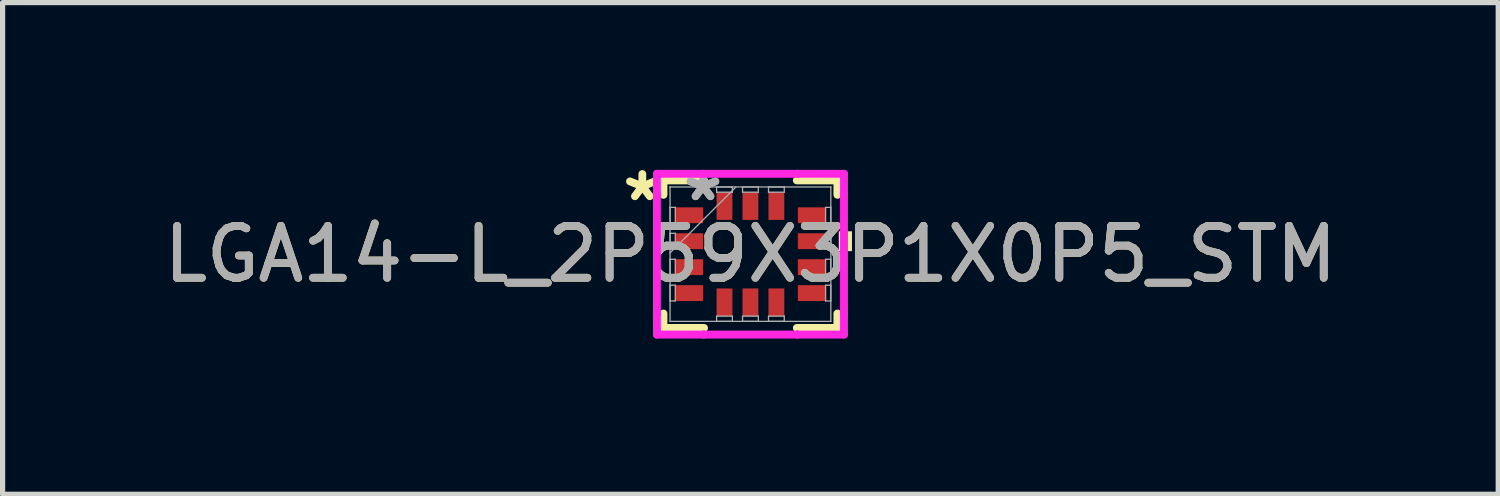
<source format=kicad_pcb>
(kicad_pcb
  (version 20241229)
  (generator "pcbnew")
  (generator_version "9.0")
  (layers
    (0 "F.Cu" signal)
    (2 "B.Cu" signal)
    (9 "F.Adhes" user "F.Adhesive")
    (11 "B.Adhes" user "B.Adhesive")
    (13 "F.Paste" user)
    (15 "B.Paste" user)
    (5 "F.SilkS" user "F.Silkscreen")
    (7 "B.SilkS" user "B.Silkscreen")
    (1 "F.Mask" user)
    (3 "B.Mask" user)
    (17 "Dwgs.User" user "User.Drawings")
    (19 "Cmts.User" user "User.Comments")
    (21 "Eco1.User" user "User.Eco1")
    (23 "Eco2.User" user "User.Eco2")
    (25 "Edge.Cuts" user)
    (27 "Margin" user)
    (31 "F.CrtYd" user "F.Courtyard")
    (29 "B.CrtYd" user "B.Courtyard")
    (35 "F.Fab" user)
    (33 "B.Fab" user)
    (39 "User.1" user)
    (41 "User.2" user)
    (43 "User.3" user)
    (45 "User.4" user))
  (footprint "LGA14-L_2P59X3P1X0P5_STM"
    (layer "F.Cu")
    (at 11.411 1.848)
    (property "Reference" "LGA14-L_2P59X3P1X0P5_STM" (at 0 0 0) (unlocked yes) (layer "F.SilkS") (effects (font (size 1 1) (thickness 0.15))))
    (attr smd)
    (fp_line (start -1.676 -1.422) (end -1.676 -1.144) (stroke (width 0.152) (type solid)) (layer "F.SilkS"))
    (fp_line (start -1.676 1.144) (end -1.676 1.422) (stroke (width 0.152) (type solid)) (layer "F.SilkS"))
    (fp_line (start -1.676 1.422) (end -0.894 1.422) (stroke (width 0.152) (type solid)) (layer "F.SilkS"))
    (fp_line (start -0.894 -1.422) (end -1.676 -1.422) (stroke (width 0.152) (type solid)) (layer "F.SilkS"))
    (fp_line (start 0.894 1.422) (end 1.676 1.422) (stroke (width 0.152) (type solid)) (layer "F.SilkS"))
    (fp_line (start 1.676 -1.422) (end 0.894 -1.422) (stroke (width 0.152) (type solid)) (layer "F.SilkS"))
    (fp_line (start 1.676 -1.144) (end 1.676 -1.422) (stroke (width 0.152) (type solid)) (layer "F.SilkS"))
    (fp_line (start 1.676 1.422) (end 1.676 1.144) (stroke (width 0.152) (type solid)) (layer "F.SilkS"))
    (fp_poly (pts (xy 1.956 -0.441) (xy 1.956 -0.059) (xy 1.702 -0.059) (xy 1.702 -0.441)) (stroke (width 0) (type solid)) (fill yes) (layer "F.SilkS"))
    (fp_line (start -1.803 -1.549) (end -0.906 -1.549) (stroke (width 0.152) (type solid)) (layer "F.CrtYd"))
    (fp_line (start -1.803 -1.156) (end -1.803 -1.549) (stroke (width 0.152) (type solid)) (layer "F.CrtYd"))
    (fp_line (start -1.803 -1.156) (end -1.803 -1.156) (stroke (width 0.152) (type solid)) (layer "F.CrtYd"))
    (fp_line (start -1.803 1.156) (end -1.803 -1.156) (stroke (width 0.152) (type solid)) (layer "F.CrtYd"))
    (fp_line (start -1.803 1.156) (end -1.803 1.156) (stroke (width 0.152) (type solid)) (layer "F.CrtYd"))
    (fp_line (start -1.803 1.549) (end -1.803 1.156) (stroke (width 0.152) (type solid)) (layer "F.CrtYd"))
    (fp_line (start -0.906 -1.549) (end -0.906 -1.549) (stroke (width 0.152) (type solid)) (layer "F.CrtYd"))
    (fp_line (start -0.906 -1.549) (end 0.906 -1.549) (stroke (width 0.152) (type solid)) (layer "F.CrtYd"))
    (fp_line (start -0.906 1.549) (end -1.803 1.549) (stroke (width 0.152) (type solid)) (layer "F.CrtYd"))
    (fp_line (start -0.906 1.549) (end -0.906 1.549) (stroke (width 0.152) (type solid)) (layer "F.CrtYd"))
    (fp_line (start 0.906 -1.549) (end 0.906 -1.549) (stroke (width 0.152) (type solid)) (layer "F.CrtYd"))
    (fp_line (start 0.906 -1.549) (end 1.803 -1.549) (stroke (width 0.152) (type solid)) (layer "F.CrtYd"))
    (fp_line (start 0.906 1.549) (end -0.906 1.549) (stroke (width 0.152) (type solid)) (layer "F.CrtYd"))
    (fp_line (start 0.906 1.549) (end 0.906 1.549) (stroke (width 0.152) (type solid)) (layer "F.CrtYd"))
    (fp_line (start 1.803 -1.549) (end 1.803 -1.156) (stroke (width 0.152) (type solid)) (layer "F.CrtYd"))
    (fp_line (start 1.803 -1.156) (end 1.803 -1.156) (stroke (width 0.152) (type solid)) (layer "F.CrtYd"))
    (fp_line (start 1.803 -1.156) (end 1.803 1.156) (stroke (width 0.152) (type solid)) (layer "F.CrtYd"))
    (fp_line (start 1.803 1.156) (end 1.803 1.156) (stroke (width 0.152) (type solid)) (layer "F.CrtYd"))
    (fp_line (start 1.803 1.156) (end 1.803 1.549) (stroke (width 0.152) (type solid)) (layer "F.CrtYd"))
    (fp_line (start 1.803 1.549) (end 0.906 1.549) (stroke (width 0.152) (type solid)) (layer "F.CrtYd"))
    (fp_line (start -1.549 -1.295) (end -1.549 -1.295) (stroke (width 0.025) (type solid)) (layer "F.Fab"))
    (fp_line (start -1.549 -1.295) (end -1.549 1.295) (stroke (width 0.025) (type solid)) (layer "F.Fab"))
    (fp_line (start -1.549 -0.902) (end -1.448 -0.902) (stroke (width 0.025) (type solid)) (layer "F.Fab"))
    (fp_line (start -1.549 -0.598) (end -1.549 -0.902) (stroke (width 0.025) (type solid)) (layer "F.Fab"))
    (fp_line (start -1.549 -0.402) (end -1.448 -0.402) (stroke (width 0.025) (type solid)) (layer "F.Fab"))
    (fp_line (start -1.549 -0.098) (end -1.549 -0.402) (stroke (width 0.025) (type solid)) (layer "F.Fab"))
    (fp_line (start -1.549 -0.025) (end -0.279 -1.295) (stroke (width 0.025) (type solid)) (layer "F.Fab"))
    (fp_line (start -1.549 0.098) (end -1.448 0.098) (stroke (width 0.025) (type solid)) (layer "F.Fab"))
    (fp_line (start -1.549 0.402) (end -1.549 0.098) (stroke (width 0.025) (type solid)) (layer "F.Fab"))
    (fp_line (start -1.549 0.598) (end -1.448 0.598) (stroke (width 0.025) (type solid)) (layer "F.Fab"))
    (fp_line (start -1.549 0.902) (end -1.549 0.598) (stroke (width 0.025) (type solid)) (layer "F.Fab"))
    (fp_line (start -1.549 1.295) (end -1.549 1.295) (stroke (width 0.025) (type solid)) (layer "F.Fab"))
    (fp_line (start -1.549 1.295) (end 1.549 1.295) (stroke (width 0.025) (type solid)) (layer "F.Fab"))
    (fp_line (start -1.448 -0.902) (end -1.448 -0.598) (stroke (width 0.025) (type solid)) (layer "F.Fab"))
    (fp_line (start -1.448 -0.598) (end -1.549 -0.598) (stroke (width 0.025) (type solid)) (layer "F.Fab"))
    (fp_line (start -1.448 -0.402) (end -1.448 -0.098) (stroke (width 0.025) (type solid)) (layer "F.Fab"))
    (fp_line (start -1.448 -0.098) (end -1.549 -0.098) (stroke (width 0.025) (type solid)) (layer "F.Fab"))
    (fp_line (start -1.448 0.098) (end -1.448 0.402) (stroke (width 0.025) (type solid)) (layer "F.Fab"))
    (fp_line (start -1.448 0.402) (end -1.549 0.402) (stroke (width 0.025) (type solid)) (layer "F.Fab"))
    (fp_line (start -1.448 0.598) (end -1.448 0.902) (stroke (width 0.025) (type solid)) (layer "F.Fab"))
    (fp_line (start -1.448 0.902) (end -1.549 0.902) (stroke (width 0.025) (type solid)) (layer "F.Fab"))
    (fp_line (start -0.652 -1.295) (end -0.348 -1.295) (stroke (width 0.025) (type solid)) (layer "F.Fab"))
    (fp_line (start -0.652 -1.194) (end -0.652 -1.295) (stroke (width 0.025) (type solid)) (layer "F.Fab"))
    (fp_line (start -0.652 1.194) (end -0.348 1.194) (stroke (width 0.025) (type solid)) (layer "F.Fab"))
    (fp_line (start -0.652 1.295) (end -0.652 1.194) (stroke (width 0.025) (type solid)) (layer "F.Fab"))
    (fp_line (start -0.348 -1.295) (end -0.348 -1.194) (stroke (width 0.025) (type solid)) (layer "F.Fab"))
    (fp_line (start -0.348 -1.194) (end -0.652 -1.194) (stroke (width 0.025) (type solid)) (layer "F.Fab"))
    (fp_line (start -0.348 1.194) (end -0.348 1.295) (stroke (width 0.025) (type solid)) (layer "F.Fab"))
    (fp_line (start -0.348 1.295) (end -0.652 1.295) (stroke (width 0.025) (type solid)) (layer "F.Fab"))
    (fp_line (start -0.152 -1.295) (end 0.152 -1.295) (stroke (width 0.025) (type solid)) (layer "F.Fab"))
    (fp_line (start -0.152 -1.194) (end -0.152 -1.295) (stroke (width 0.025) (type solid)) (layer "F.Fab"))
    (fp_line (start -0.152 1.194) (end 0.152 1.194) (stroke (width 0.025) (type solid)) (layer "F.Fab"))
    (fp_line (start -0.152 1.295) (end -0.152 1.194) (stroke (width 0.025) (type solid)) (layer "F.Fab"))
    (fp_line (start 0.152 -1.295) (end 0.152 -1.194) (stroke (width 0.025) (type solid)) (layer "F.Fab"))
    (fp_line (start 0.152 -1.194) (end -0.152 -1.194) (stroke (width 0.025) (type solid)) (layer "F.Fab"))
    (fp_line (start 0.152 1.194) (end 0.152 1.295) (stroke (width 0.025) (type solid)) (layer "F.Fab"))
    (fp_line (start 0.152 1.295) (end -0.152 1.295) (stroke (width 0.025) (type solid)) (layer "F.Fab"))
    (fp_line (start 0.348 -1.295) (end 0.652 -1.295) (stroke (width 0.025) (type solid)) (layer "F.Fab"))
    (fp_line (start 0.348 -1.194) (end 0.348 -1.295) (stroke (width 0.025) (type solid)) (layer "F.Fab"))
    (fp_line (start 0.348 1.194) (end 0.652 1.194) (stroke (width 0.025) (type solid)) (layer "F.Fab"))
    (fp_line (start 0.348 1.295) (end 0.348 1.194) (stroke (width 0.025) (type solid)) (layer "F.Fab"))
    (fp_line (start 0.652 -1.295) (end 0.652 -1.194) (stroke (width 0.025) (type solid)) (layer "F.Fab"))
    (fp_line (start 0.652 -1.194) (end 0.348 -1.194) (stroke (width 0.025) (type solid)) (layer "F.Fab"))
    (fp_line (start 0.652 1.194) (end 0.652 1.295) (stroke (width 0.025) (type solid)) (layer "F.Fab"))
    (fp_line (start 0.652 1.295) (end 0.348 1.295) (stroke (width 0.025) (type solid)) (layer "F.Fab"))
    (fp_line (start 1.448 -0.902) (end 1.549 -0.902) (stroke (width 0.025) (type solid)) (layer "F.Fab"))
    (fp_line (start 1.448 -0.598) (end 1.448 -0.902) (stroke (width 0.025) (type solid)) (layer "F.Fab"))
    (fp_line (start 1.448 -0.402) (end 1.549 -0.402) (stroke (width 0.025) (type solid)) (layer "F.Fab"))
    (fp_line (start 1.448 -0.098) (end 1.448 -0.402) (stroke (width 0.025) (type solid)) (layer "F.Fab"))
    (fp_line (start 1.448 0.098) (end 1.549 0.098) (stroke (width 0.025) (type solid)) (layer "F.Fab"))
    (fp_line (start 1.448 0.402) (end 1.448 0.098) (stroke (width 0.025) (type solid)) (layer "F.Fab"))
    (fp_line (start 1.448 0.598) (end 1.549 0.598) (stroke (width 0.025) (type solid)) (layer "F.Fab"))
    (fp_line (start 1.448 0.902) (end 1.448 0.598) (stroke (width 0.025) (type solid)) (layer "F.Fab"))
    (fp_line (start 1.549 -1.295) (end -1.549 -1.295) (stroke (width 0.025) (type solid)) (layer "F.Fab"))
    (fp_line (start 1.549 -1.295) (end 1.549 -1.295) (stroke (width 0.025) (type solid)) (layer "F.Fab"))
    (fp_line (start 1.549 -0.902) (end 1.549 -0.598) (stroke (width 0.025) (type solid)) (layer "F.Fab"))
    (fp_line (start 1.549 -0.598) (end 1.448 -0.598) (stroke (width 0.025) (type solid)) (layer "F.Fab"))
    (fp_line (start 1.549 -0.402) (end 1.549 -0.098) (stroke (width 0.025) (type solid)) (layer "F.Fab"))
    (fp_line (start 1.549 -0.098) (end 1.448 -0.098) (stroke (width 0.025) (type solid)) (layer "F.Fab"))
    (fp_line (start 1.549 0.098) (end 1.549 0.402) (stroke (width 0.025) (type solid)) (layer "F.Fab"))
    (fp_line (start 1.549 0.402) (end 1.448 0.402) (stroke (width 0.025) (type solid)) (layer "F.Fab"))
    (fp_line (start 1.549 0.598) (end 1.549 0.902) (stroke (width 0.025) (type solid)) (layer "F.Fab"))
    (fp_line (start 1.549 0.902) (end 1.448 0.902) (stroke (width 0.025) (type solid)) (layer "F.Fab"))
    (fp_line (start 1.549 1.295) (end 1.549 -1.295) (stroke (width 0.025) (type solid)) (layer "F.Fab"))
    (fp_line (start 1.549 1.295) (end 1.549 1.295) (stroke (width 0.025) (type solid)) (layer "F.Fab"))
    (fp_text user "*" (at -2.083 -1 0) (unlocked yes) (layer "F.SilkS") (effects (font (size 1 1) (thickness 0.15))))
    (fp_text user "*" (at -0.914 -1 0) (unlocked yes) (layer "F.Fab") (effects (font (size 1 1) (thickness 0.15))))
    (fp_text user "${REFERENCE}" (at 0 0 0) (unlocked yes) (layer "F.Fab") (effects (font (size 1 1) (thickness 0.15))))
    (fp_text user "*" (at -0.914 -1 0) (layer "F.Fab") (effects (font (size 1 1) (thickness 0.15))))
    (pad "1" smd rect (at -1.181 -0.75 90) (size 0.305 0.533) (layers "F.Cu" "F.Mask" "F.Paste"))
    (pad "2" smd rect (at -1.181 -0.25 90) (size 0.305 0.533) (layers "F.Cu" "F.Mask" "F.Paste"))
    (pad "3" smd rect (at -1.181 0.25 90) (size 0.305 0.533) (layers "F.Cu" "F.Mask" "F.Paste"))
    (pad "4" smd rect (at -1.181 0.75 90) (size 0.305 0.533) (layers "F.Cu" "F.Mask" "F.Paste"))
    (pad "5" smd rect (at -0.5 0.927) (size 0.305 0.533) (layers "F.Cu" "F.Mask" "F.Paste"))
    (pad "6" smd rect (at 0 0.927) (size 0.305 0.533) (layers "F.Cu" "F.Mask" "F.Paste"))
    (pad "7" smd rect (at 0.5 0.927) (size 0.305 0.533) (layers "F.Cu" "F.Mask" "F.Paste"))
    (pad "8" smd rect (at 1.181 0.75 90) (size 0.305 0.533) (layers "F.Cu" "F.Mask" "F.Paste"))
    (pad "9" smd rect (at 1.181 0.25 90) (size 0.305 0.533) (layers "F.Cu" "F.Mask" "F.Paste"))
    (pad "10" smd rect (at 1.181 -0.25 90) (size 0.305 0.533) (layers "F.Cu" "F.Mask" "F.Paste"))
    (pad "11" smd rect (at 1.181 -0.75 90) (size 0.305 0.533) (layers "F.Cu" "F.Mask" "F.Paste"))
    (pad "12" smd rect (at 0.5 -0.927) (size 0.305 0.533) (layers "F.Cu" "F.Mask" "F.Paste"))
    (pad "13" smd rect (at 0 -0.927) (size 0.305 0.533) (layers "F.Cu" "F.Mask" "F.Paste"))
    (pad "14" smd rect (at -0.5 -0.927) (size 0.305 0.533) (layers "F.Cu" "F.Mask" "F.Paste")))
  (gr_rect
    (start -3 -3)
    (end 25.821 6.474)
    (stroke (width 0.1) (type default))
    (fill no)
    (layer "Edge.Cuts")))
</source>
